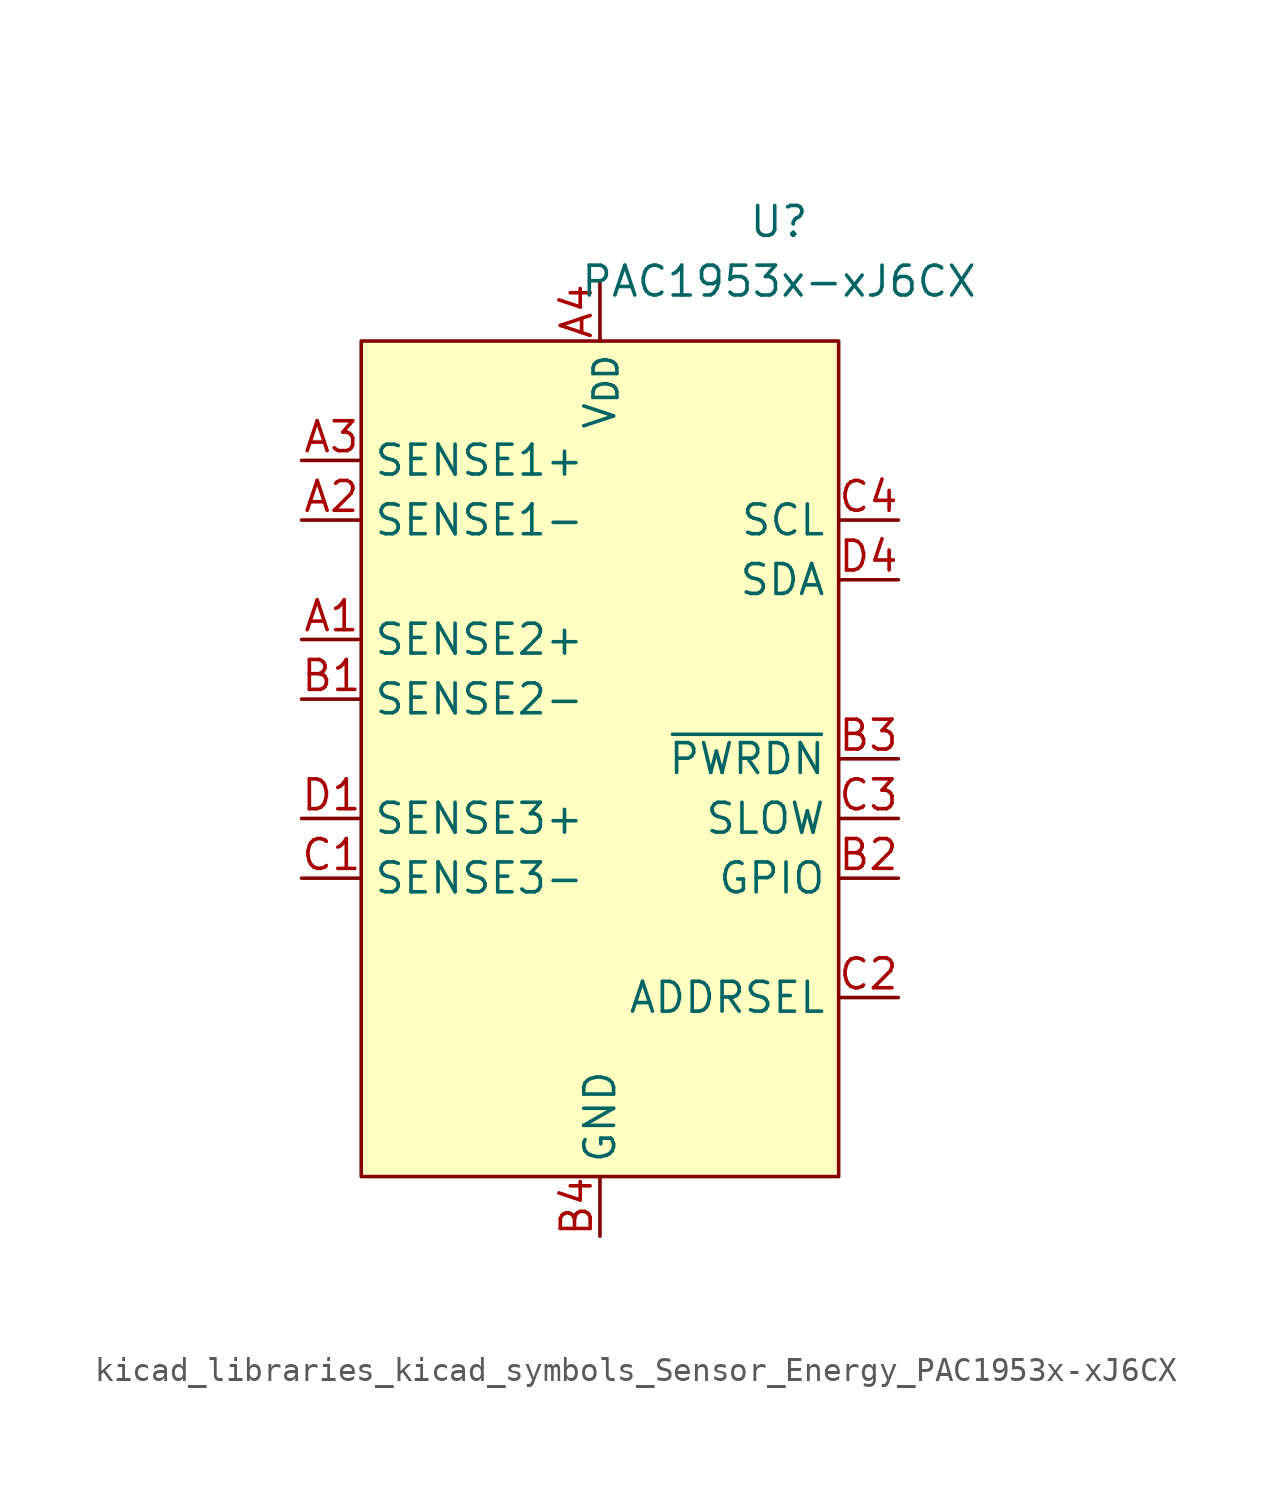
<source format=kicad_sym>
(kicad_symbol_lib
  (version 20220914)
  (generator kicad_symbol_editor)
  (symbol "kicad_libraries_kicad_symbols_Sensor_Energy_PAC1953x-xJ6CX"
    (property "Reference" "U"
      (at 7.62 22.86 0)
      (effects (font (size 1.27 1.27))))
    (property "Value" "PAC1953x-xJ6CX"
      (at 7.62 20.32 0)
      (effects (font (size 1.27 1.27))))
    (symbol "kicad_libraries_kicad_symbols_Sensor_Energy_PAC1953x-xJ6CX_0_0"
      (pin input line (at -12.7 5.08 0) (length 2.54) (name "SENSE2+" (effects (font (size 1.27 1.27)))) (number "A1" (effects (font (size 1.27 1.27)))))
      (pin input line (at -12.7 10.16 0) (length 2.54) (name "SENSE1-" (effects (font (size 1.27 1.27)))) (number "A2" (effects (font (size 1.27 1.27)))))
      (pin input line (at -12.7 12.7 0) (length 2.54) (name "SENSE1+" (effects (font (size 1.27 1.27)))) (number "A3" (effects (font (size 1.27 1.27)))))
      (pin power_in line (at 0 20.32 270) (length 2.54) (name "V_{DD}" (effects (font (size 1.27 1.27)))) (number "A4" (effects (font (size 1.27 1.27)))))
      (pin input line (at -12.7 2.54 0) (length 2.54) (name "SENSE2-" (effects (font (size 1.27 1.27)))) (number "B1" (effects (font (size 1.27 1.27)))))
      (pin bidirectional line (at 12.7 -5.08 180) (length 2.54) (name "GPIO" (effects (font (size 1.27 1.27)))) (number "B2" (effects (font (size 1.27 1.27)))) (alternate "~{ALERT2}" open_collector line))
      (pin input line (at 12.7 0 180) (length 2.54) (name "~{PWRDN}" (effects (font (size 1.27 1.27)))) (number "B3" (effects (font (size 1.27 1.27)))))
      (pin power_in line (at 0 -20.32 90) (length 2.54) (name "GND" (effects (font (size 1.27 1.27)))) (number "B4" (effects (font (size 1.27 1.27)))))
      (pin input line (at -12.7 -5.08 0) (length 2.54) (name "SENSE3-" (effects (font (size 1.27 1.27)))) (number "C1" (effects (font (size 1.27 1.27)))))
      (pin passive line (at 12.7 -10.16 180) (length 2.54) (name "ADDRSEL" (effects (font (size 1.27 1.27)))) (number "C2" (effects (font (size 1.27 1.27)))))
      (pin input line (at 12.7 -2.54 180) (length 2.54) (name "SLOW" (effects (font (size 1.27 1.27)))) (number "C3" (effects (font (size 1.27 1.27)))) (alternate "GPIO" bidirectional line) (alternate "~{ALERT1}" open_collector line))
      (pin input line (at 12.7 10.16 180) (length 2.54) (name "SCL" (effects (font (size 1.27 1.27)))) (number "C4" (effects (font (size 1.27 1.27)))) (alternate "SM_CLK" input line))
      (pin input line (at -12.7 -2.54 0) (length 2.54) (name "SENSE3+" (effects (font (size 1.27 1.27)))) (number "D1" (effects (font (size 1.27 1.27)))))
      (pin passive line (at 0 -20.32 90) (length 2.54) hide (name "GND" (effects (font (size 1.27 1.27)))) (number "D2" (effects (font (size 1.27 1.27)))))
      (pin passive line (at 0 -20.32 90) (length 2.54) hide (name "GND" (effects (font (size 1.27 1.27)))) (number "D3" (effects (font (size 1.27 1.27)))))
      (pin bidirectional line (at 12.7 7.62 180) (length 2.54) (name "SDA" (effects (font (size 1.27 1.27)))) (number "D4" (effects (font (size 1.27 1.27)))) (alternate "SM_DATA" bidirectional line)))
    (symbol "kicad_libraries_kicad_symbols_Sensor_Energy_PAC1953x-xJ6CX_0_1"
      (rectangle (start -10.16 17.78) (end 10.16 -17.78) (stroke (width 0) (type default)) (fill (type background))))))
</source>
